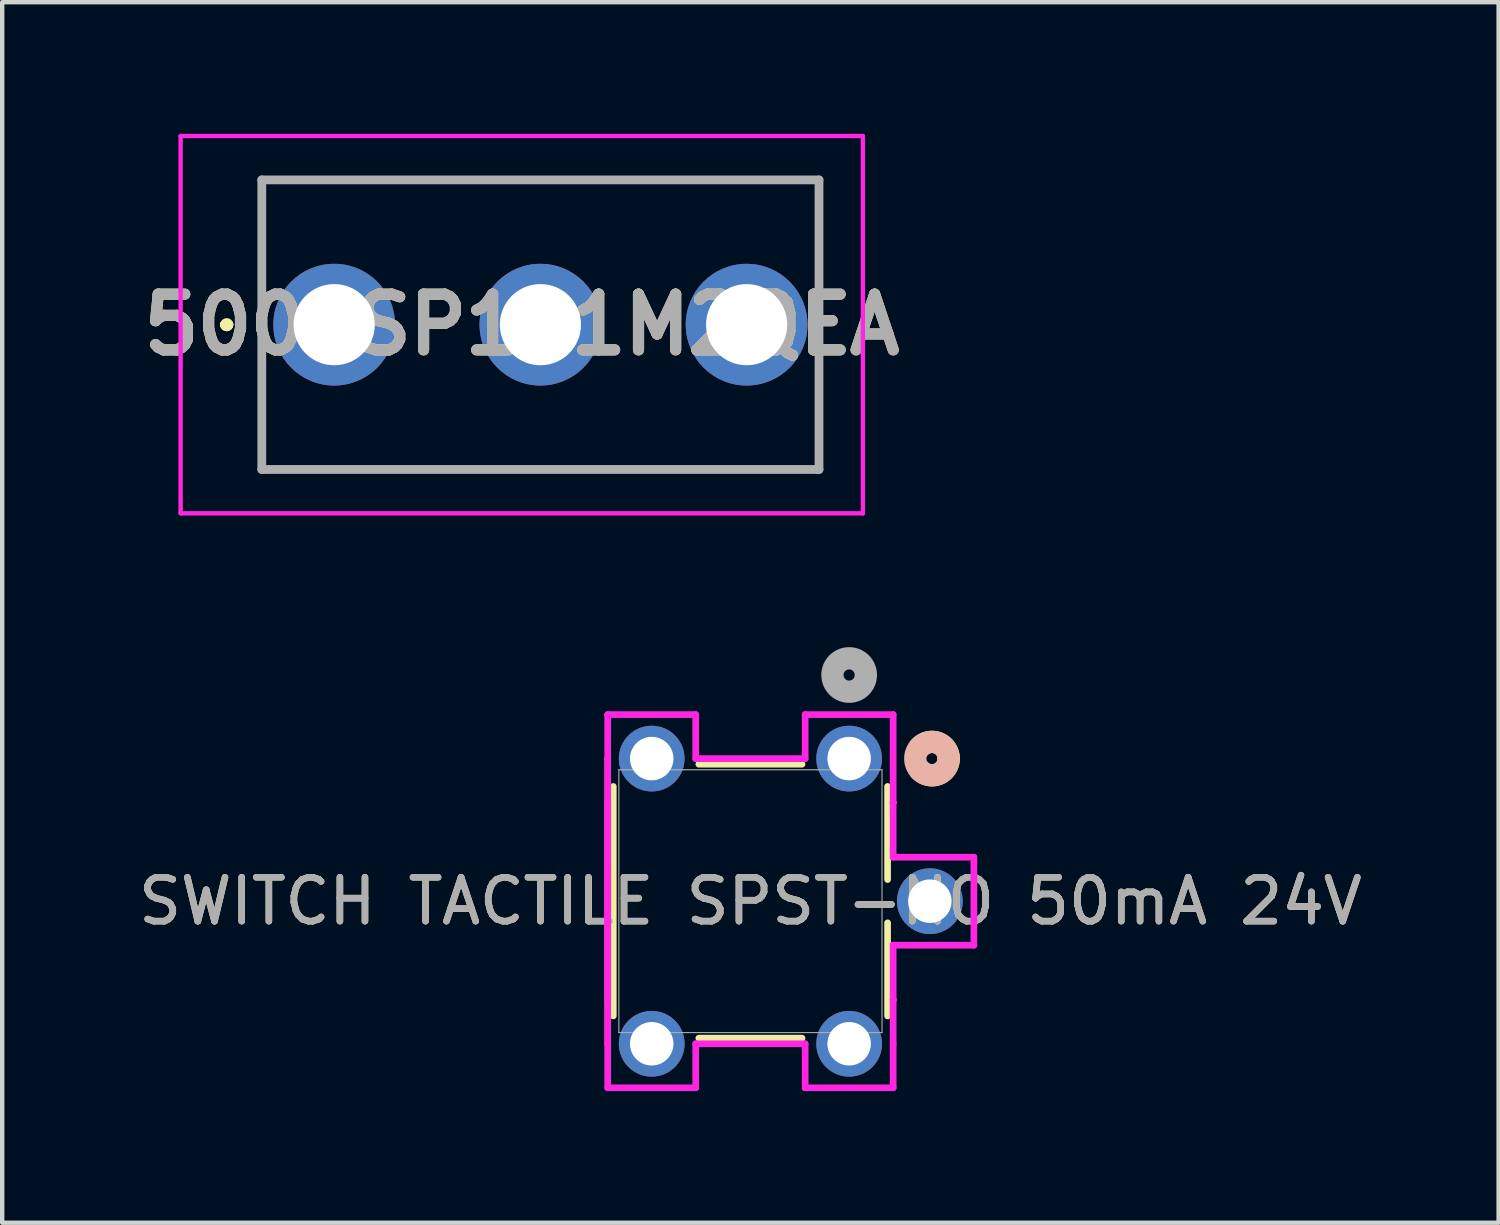
<source format=kicad_pcb>
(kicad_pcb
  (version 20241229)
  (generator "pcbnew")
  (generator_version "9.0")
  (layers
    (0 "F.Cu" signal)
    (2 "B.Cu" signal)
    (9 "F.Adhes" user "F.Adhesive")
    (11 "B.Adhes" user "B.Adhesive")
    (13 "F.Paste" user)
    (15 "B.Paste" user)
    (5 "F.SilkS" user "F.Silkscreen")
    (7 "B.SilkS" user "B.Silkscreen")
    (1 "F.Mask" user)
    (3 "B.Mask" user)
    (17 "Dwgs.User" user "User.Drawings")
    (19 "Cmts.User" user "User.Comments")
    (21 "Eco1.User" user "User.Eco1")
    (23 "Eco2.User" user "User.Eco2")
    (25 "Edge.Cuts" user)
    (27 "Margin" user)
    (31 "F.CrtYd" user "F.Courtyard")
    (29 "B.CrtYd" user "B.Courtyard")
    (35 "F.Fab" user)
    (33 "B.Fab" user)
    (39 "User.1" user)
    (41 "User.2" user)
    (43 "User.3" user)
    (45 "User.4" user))
  (footprint "500SSP1S1M2QEA"
    (layer "F.Cu")
    (at 4.567 4.35)
    (property "Reference" "500SSP1S1M2QEA" (at 4.275 0 0) (layer "F.SilkS") (effects (font (size 1.27 1.27) (thickness 0.254))))
    (attr through_hole)
    (fp_line (start -2.5 0) (end -2.5 0) (stroke (width 0.2) (type solid)) (layer "F.SilkS"))
    (fp_line (start -2.5 0) (end -2.5 0) (stroke (width 0.2) (type solid)) (layer "F.SilkS"))
    (fp_line (start -2.4 0) (end -2.4 0) (stroke (width 0.2) (type solid)) (layer "F.SilkS"))
    (fp_line (start -1.65 -3.3) (end -1.65 -3.3) (stroke (width 0.1) (type solid)) (layer "F.SilkS"))
    (fp_line (start -1.65 -3.3) (end -1.65 -3.3) (stroke (width 0.1) (type solid)) (layer "F.SilkS"))
    (fp_line (start -1.65 -3.3) (end -1.65 -2) (stroke (width 0.1) (type solid)) (layer "F.SilkS"))
    (fp_line (start -1.65 -3.3) (end 11.05 -3.3) (stroke (width 0.1) (type solid)) (layer "F.SilkS"))
    (fp_line (start -1.65 -2) (end -1.65 -3.3) (stroke (width 0.1) (type solid)) (layer "F.SilkS"))
    (fp_line (start -1.65 -2) (end -1.65 -2) (stroke (width 0.1) (type solid)) (layer "F.SilkS"))
    (fp_line (start -1.65 2) (end -1.65 2) (stroke (width 0.1) (type solid)) (layer "F.SilkS"))
    (fp_line (start -1.65 2) (end -1.65 3.3) (stroke (width 0.1) (type solid)) (layer "F.SilkS"))
    (fp_line (start -1.65 3.3) (end -1.65 2) (stroke (width 0.1) (type solid)) (layer "F.SilkS"))
    (fp_line (start -1.65 3.3) (end -1.65 3.3) (stroke (width 0.1) (type solid)) (layer "F.SilkS"))
    (fp_line (start -1.65 3.3) (end -1.65 3.3) (stroke (width 0.1) (type solid)) (layer "F.SilkS"))
    (fp_line (start -1.65 3.3) (end 11.05 3.3) (stroke (width 0.1) (type solid)) (layer "F.SilkS"))
    (fp_line (start 11.05 -3.3) (end -1.65 -3.3) (stroke (width 0.1) (type solid)) (layer "F.SilkS"))
    (fp_line (start 11.05 -3.3) (end 11.05 -3.3) (stroke (width 0.1) (type solid)) (layer "F.SilkS"))
    (fp_line (start 11.05 -3.3) (end 11.05 -3.3) (stroke (width 0.1) (type solid)) (layer "F.SilkS"))
    (fp_line (start 11.05 -3.3) (end 11.05 -2) (stroke (width 0.1) (type solid)) (layer "F.SilkS"))
    (fp_line (start 11.05 -2) (end 11.05 -3.3) (stroke (width 0.1) (type solid)) (layer "F.SilkS"))
    (fp_line (start 11.05 -2) (end 11.05 -2) (stroke (width 0.1) (type solid)) (layer "F.SilkS"))
    (fp_line (start 11.05 2) (end 11.05 2) (stroke (width 0.1) (type solid)) (layer "F.SilkS"))
    (fp_line (start 11.05 2) (end 11.05 3.3) (stroke (width 0.1) (type solid)) (layer "F.SilkS"))
    (fp_line (start 11.05 3.3) (end -1.65 3.3) (stroke (width 0.1) (type solid)) (layer "F.SilkS"))
    (fp_line (start 11.05 3.3) (end 11.05 2) (stroke (width 0.1) (type solid)) (layer "F.SilkS"))
    (fp_line (start 11.05 3.3) (end 11.05 3.3) (stroke (width 0.1) (type solid)) (layer "F.SilkS"))
    (fp_line (start 11.05 3.3) (end 11.05 3.3) (stroke (width 0.1) (type solid)) (layer "F.SilkS"))
    (fp_arc (start -2.5 0) (mid -2.45 -0.05) (end -2.4 0) (stroke (width 0.2) (type solid)) (layer "F.SilkS"))
    (fp_arc (start -2.4 0) (mid -2.45 0.05) (end -2.5 0) (stroke (width 0.2) (type solid)) (layer "F.SilkS"))
    (fp_arc (start -2.4 0) (mid -2.45 0.05) (end -2.5 0) (stroke (width 0.2) (type solid)) (layer "F.SilkS"))
    (fp_line (start -3.5 -4.3) (end 12.05 -4.3) (stroke (width 0.1) (type solid)) (layer "F.CrtYd"))
    (fp_line (start -3.5 4.3) (end -3.5 -4.3) (stroke (width 0.1) (type solid)) (layer "F.CrtYd"))
    (fp_line (start 12.05 -4.3) (end 12.05 4.3) (stroke (width 0.1) (type solid)) (layer "F.CrtYd"))
    (fp_line (start 12.05 4.3) (end -3.5 4.3) (stroke (width 0.1) (type solid)) (layer "F.CrtYd"))
    (fp_line (start -1.65 -3.3) (end -1.65 3.3) (stroke (width 0.2) (type solid)) (layer "F.Fab"))
    (fp_line (start -1.65 3.3) (end 11.05 3.3) (stroke (width 0.2) (type solid)) (layer "F.Fab"))
    (fp_line (start 11.05 -3.3) (end -1.65 -3.3) (stroke (width 0.2) (type solid)) (layer "F.Fab"))
    (fp_line (start 11.05 3.3) (end 11.05 -3.3) (stroke (width 0.2) (type solid)) (layer "F.Fab"))
    (fp_text user "${REFERENCE}" (at 4.275 0 0) (layer "F.Fab") (effects (font (size 1.27 1.27) (thickness 0.254))))
    (pad "1" thru_hole circle (at 0 0) (size 2.775 2.775) (drill 1.85) (layers "*.Cu" "*.Mask"))
    (pad "2" thru_hole circle (at 4.7 0) (size 2.775 2.775) (drill 1.85) (layers "*.Cu" "*.Mask"))
    (pad "3" thru_hole circle (at 9.4 0) (size 2.775 2.775) (drill 1.85) (layers "*.Cu" "*.Mask")))
  (footprint "SWITCH TACTILE SPST-NO 50mA 24V"
    (layer "F.Cu")
    (at 11.804 20.74)
    (property "Reference" "SWITCH TACTILE SPST-NO 50mA 24V" (at 2.25 -3.25 0) (unlocked yes) (layer "F.SilkS") (effects (font (size 1 1) (thickness 0.15))))
    (attr through_hole)
    (fp_line (start -0.876 -5.865) (end -0.876 -0.635) (stroke (width 0.152) (type solid)) (layer "F.SilkS"))
    (fp_line (start 1.074 -0.128) (end 3.426 -0.128) (stroke (width 0.152) (type solid)) (layer "F.SilkS"))
    (fp_line (start 3.426 -6.372) (end 1.074 -6.372) (stroke (width 0.152) (type solid)) (layer "F.SilkS"))
    (fp_line (start 5.376 -3.743) (end 5.376 -5.865) (stroke (width 0.152) (type solid)) (layer "F.SilkS"))
    (fp_line (start 5.376 -0.635) (end 5.376 -2.757) (stroke (width 0.152) (type solid)) (layer "F.SilkS"))
    (fp_arc (start 6.112735 -6.76342) (mid 6.529925 -6.853581) (end 6.769001 -6.500001) (stroke (width 0.508) (type solid)) (layer "F.SilkS"))
    (fp_arc (start 6.769001 -6.500001) (mid 6.529925 -6.146421) (end 6.112735 -6.236582) (stroke (width 0.508) (type solid)) (layer "F.SilkS"))
    (fp_circle (center 6.388 -6.5) (end 6.769 -6.5) (stroke (width 0.508) (type solid)) (fill no) (layer "B.SilkS"))
    (fp_line (start -1.003 -7.503) (end -1.003 -5.497) (stroke (width 0.152) (type solid)) (layer "F.CrtYd"))
    (fp_line (start -1.003 -6.499) (end -1.003 -6.499) (stroke (width 0.152) (type solid)) (layer "F.CrtYd"))
    (fp_line (start -1.003 -6.499) (end -1.003 -6.499) (stroke (width 0.152) (type solid)) (layer "F.CrtYd"))
    (fp_line (start -1.003 -6.499) (end -1.003 -6.499) (stroke (width 0.152) (type solid)) (layer "F.CrtYd"))
    (fp_line (start -1.003 -5.497) (end -1.003 -5.497) (stroke (width 0.152) (type solid)) (layer "F.CrtYd"))
    (fp_line (start -1.003 -5.497) (end -1.003 -5.497) (stroke (width 0.152) (type solid)) (layer "F.CrtYd"))
    (fp_line (start -1.003 -5.497) (end -1.003 -5.497) (stroke (width 0.152) (type solid)) (layer "F.CrtYd"))
    (fp_line (start -1.003 -5.497) (end -1.003 -5.497) (stroke (width 0.152) (type solid)) (layer "F.CrtYd"))
    (fp_line (start -1.003 -5.497) (end -1.003 -1.003) (stroke (width 0.152) (type solid)) (layer "F.CrtYd"))
    (fp_line (start -1.003 -1.003) (end -1.003 -6.499) (stroke (width 0.152) (type solid)) (layer "F.CrtYd"))
    (fp_line (start -1.003 -1.003) (end -1.003 -1.003) (stroke (width 0.152) (type solid)) (layer "F.CrtYd"))
    (fp_line (start -1.003 -1.003) (end -1.003 1.003) (stroke (width 0.152) (type solid)) (layer "F.CrtYd"))
    (fp_line (start -1.003 -0.001) (end -1.003 0) (stroke (width 0.152) (type solid)) (layer "F.CrtYd"))
    (fp_line (start -1.003 0) (end -1.003 -5.497) (stroke (width 0.152) (type solid)) (layer "F.CrtYd"))
    (fp_line (start -1.003 0) (end -1.003 -0.001) (stroke (width 0.152) (type solid)) (layer "F.CrtYd"))
    (fp_line (start -1.003 0) (end -1.003 0) (stroke (width 0.152) (type solid)) (layer "F.CrtYd"))
    (fp_line (start -1.003 1.003) (end 1.003 1.003) (stroke (width 0.152) (type solid)) (layer "F.CrtYd"))
    (fp_line (start 1.003 -7.503) (end -1.003 -7.503) (stroke (width 0.152) (type solid)) (layer "F.CrtYd"))
    (fp_line (start 1.003 -6.499) (end 1.003 -7.503) (stroke (width 0.152) (type solid)) (layer "F.CrtYd"))
    (fp_line (start 1.003 0) (end 3.497 0) (stroke (width 0.152) (type solid)) (layer "F.CrtYd"))
    (fp_line (start 1.003 1.003) (end 1.003 0) (stroke (width 0.152) (type solid)) (layer "F.CrtYd"))
    (fp_line (start 3.497 -7.503) (end 3.497 -6.499) (stroke (width 0.152) (type solid)) (layer "F.CrtYd"))
    (fp_line (start 3.497 -6.499) (end 1.003 -6.499) (stroke (width 0.152) (type solid)) (layer "F.CrtYd"))
    (fp_line (start 3.497 0) (end 3.497 1.003) (stroke (width 0.152) (type solid)) (layer "F.CrtYd"))
    (fp_line (start 3.497 1.003) (end 5.503 1.003) (stroke (width 0.152) (type solid)) (layer "F.CrtYd"))
    (fp_line (start 5.503 -7.503) (end 3.497 -7.503) (stroke (width 0.152) (type solid)) (layer "F.CrtYd"))
    (fp_line (start 5.503 -5.497) (end 5.503 -7.503) (stroke (width 0.152) (type solid)) (layer "F.CrtYd"))
    (fp_line (start 5.503 -5.497) (end 5.503 -5.497) (stroke (width 0.152) (type solid)) (layer "F.CrtYd"))
    (fp_line (start 5.503 -5.497) (end 5.503 -5.497) (stroke (width 0.152) (type solid)) (layer "F.CrtYd"))
    (fp_line (start 5.503 -5.497) (end 5.503 -5.497) (stroke (width 0.152) (type solid)) (layer "F.CrtYd"))
    (fp_line (start 5.503 -5.497) (end 5.503 -5.497) (stroke (width 0.152) (type solid)) (layer "F.CrtYd"))
    (fp_line (start 5.503 -4.253) (end 5.503 -5.497) (stroke (width 0.152) (type solid)) (layer "F.CrtYd"))
    (fp_line (start 5.503 -2.247) (end 7.343 -2.247) (stroke (width 0.152) (type solid)) (layer "F.CrtYd"))
    (fp_line (start 5.503 -1.003) (end 5.503 -2.247) (stroke (width 0.152) (type solid)) (layer "F.CrtYd"))
    (fp_line (start 5.503 -1.003) (end 5.503 -1.003) (stroke (width 0.152) (type solid)) (layer "F.CrtYd"))
    (fp_line (start 5.503 -1.003) (end 5.503 -1.003) (stroke (width 0.152) (type solid)) (layer "F.CrtYd"))
    (fp_line (start 5.503 -1.003) (end 5.503 -1.003) (stroke (width 0.152) (type solid)) (layer "F.CrtYd"))
    (fp_line (start 5.503 0) (end 5.503 0) (stroke (width 0.152) (type solid)) (layer "F.CrtYd"))
    (fp_line (start 5.503 1.003) (end 5.503 -1.003) (stroke (width 0.152) (type solid)) (layer "F.CrtYd"))
    (fp_line (start 7.343 -4.253) (end 5.503 -4.253) (stroke (width 0.152) (type solid)) (layer "F.CrtYd"))
    (fp_line (start 7.343 -2.247) (end 7.343 -4.253) (stroke (width 0.152) (type solid)) (layer "F.CrtYd"))
    (fp_line (start -0.749 -6.245) (end -0.749 -0.255) (stroke (width 0.025) (type solid)) (layer "F.Fab"))
    (fp_line (start -0.749 -0.255) (end 5.249 -0.255) (stroke (width 0.025) (type solid)) (layer "F.Fab"))
    (fp_line (start 5.249 -6.245) (end -0.749 -6.245) (stroke (width 0.025) (type solid)) (layer "F.Fab"))
    (fp_line (start 5.249 -0.255) (end 5.249 -6.245) (stroke (width 0.025) (type solid)) (layer "F.Fab"))
    (fp_circle (center 4.5 -8.405) (end 4.881 -8.405) (stroke (width 0.508) (type solid)) (fill no) (layer "F.Fab"))
    (fp_text user "${REFERENCE}" (at 2.25 -3.25 0) (unlocked yes) (layer "F.Fab") (effects (font (size 1 1) (thickness 0.15))))
    (pad "1" thru_hole circle (at 4.5 -6.5) (size 1.498 1.498) (drill 0.991) (layers "*.Cu" "*.Mask"))
    (pad "2" thru_hole circle (at 4.5 0) (size 1.498 1.498) (drill 0.991) (layers "*.Cu" "*.Mask"))
    (pad "3" thru_hole circle (at 0 -6.5) (size 1.498 1.498) (drill 0.991) (layers "*.Cu" "*.Mask"))
    (pad "4" thru_hole circle (at 0 0) (size 1.498 1.498) (drill 0.991) (layers "*.Cu" "*.Mask"))
    (pad "5" thru_hole circle (at 6.339 -3.25) (size 1.499 1.499) (drill 0.991) (layers "*.Cu" "*.Mask")))
  (gr_rect
    (start -3 -3)
    (end 31.107 24.819)
    (stroke (width 0.1) (type default))
    (fill no)
    (layer "Edge.Cuts")))
</source>
